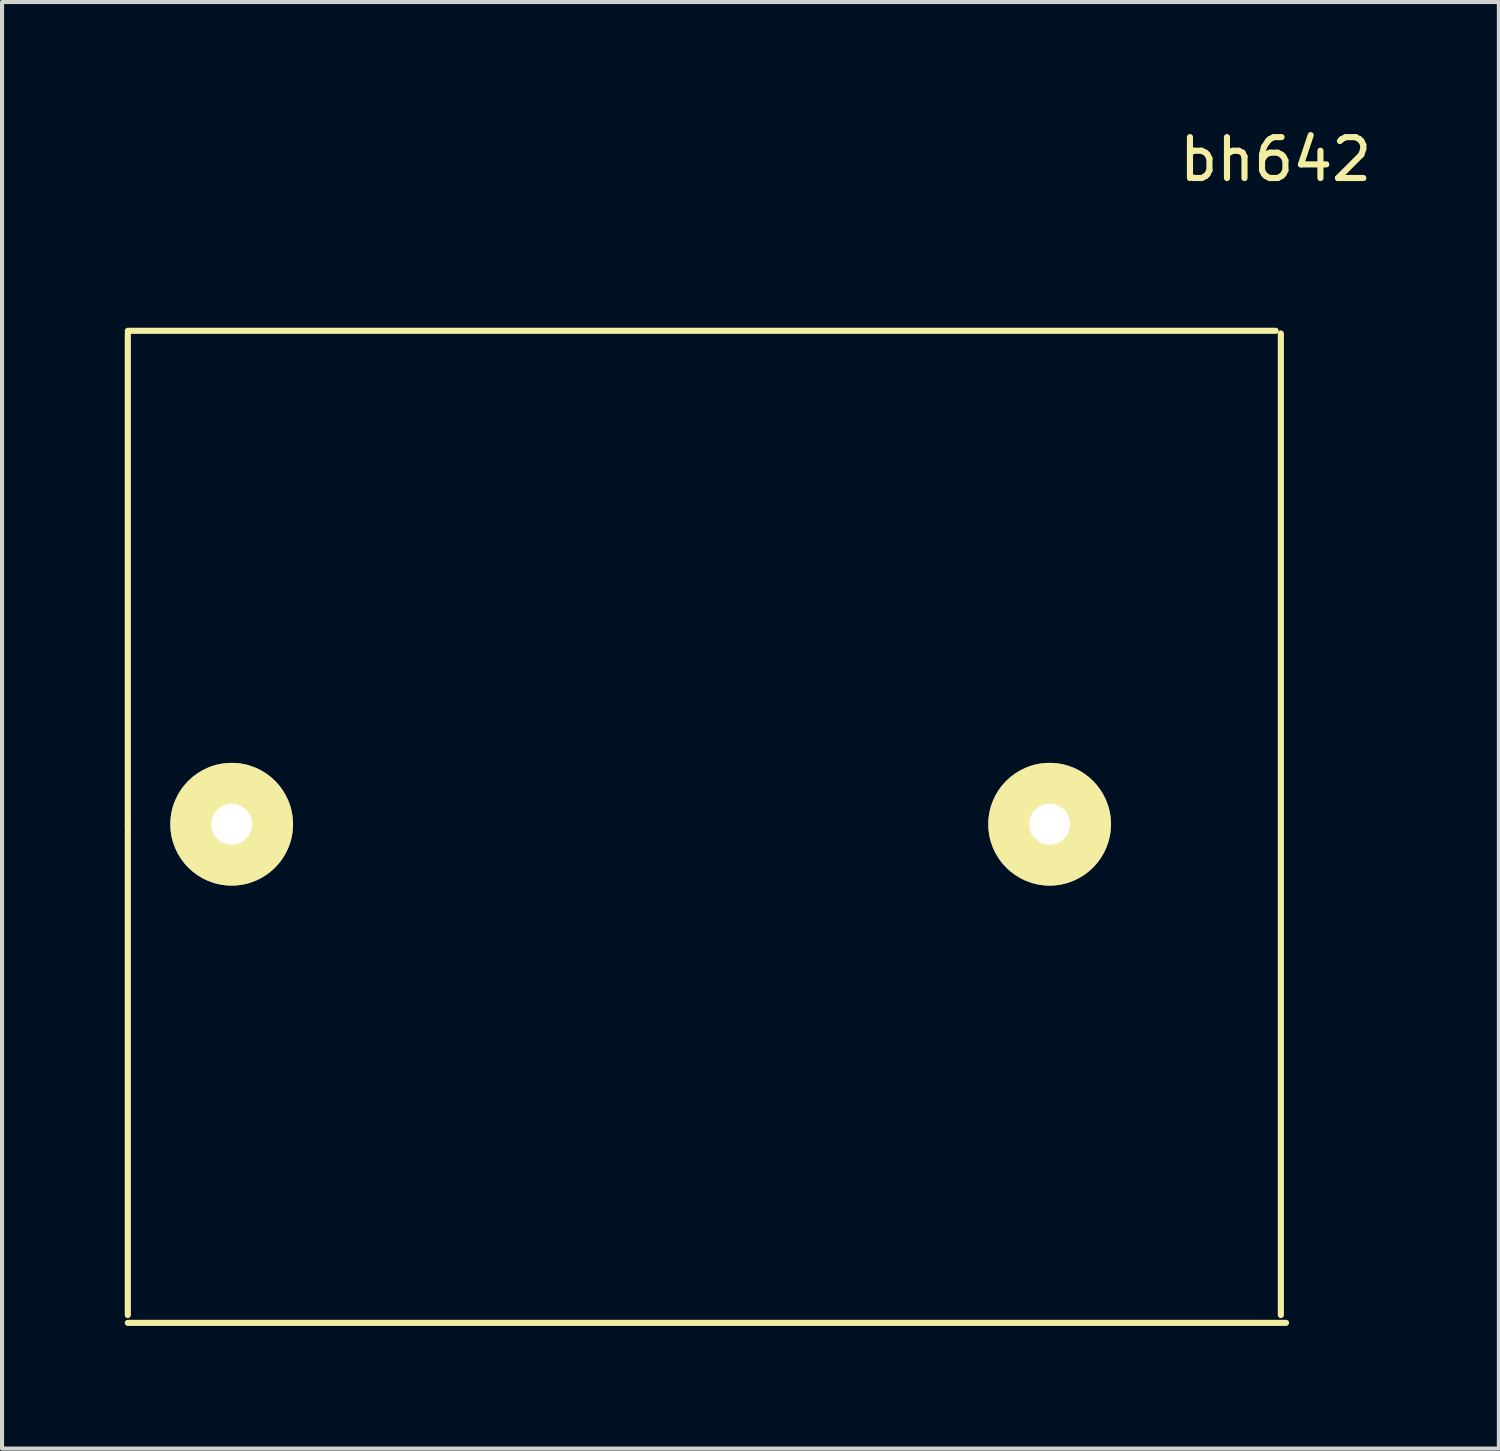
<source format=kicad_pcb>
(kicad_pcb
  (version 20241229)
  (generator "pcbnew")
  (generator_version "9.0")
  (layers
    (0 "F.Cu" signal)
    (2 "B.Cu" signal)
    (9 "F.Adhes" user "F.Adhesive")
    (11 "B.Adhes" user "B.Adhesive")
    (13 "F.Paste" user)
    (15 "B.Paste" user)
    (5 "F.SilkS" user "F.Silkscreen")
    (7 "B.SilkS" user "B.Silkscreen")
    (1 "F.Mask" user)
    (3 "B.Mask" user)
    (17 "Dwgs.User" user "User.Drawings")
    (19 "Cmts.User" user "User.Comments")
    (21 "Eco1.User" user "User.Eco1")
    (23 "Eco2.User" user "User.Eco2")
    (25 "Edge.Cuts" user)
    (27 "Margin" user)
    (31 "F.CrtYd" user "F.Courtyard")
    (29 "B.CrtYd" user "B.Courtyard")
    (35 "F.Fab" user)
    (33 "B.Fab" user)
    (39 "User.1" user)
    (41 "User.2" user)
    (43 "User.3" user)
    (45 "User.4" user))
  (footprint "bh642"
    (layer "F.Cu")
    (at 2.615 17.104)
    (property "Reference" "bh642" (at 25.527 -16.256 0) (layer "F.SilkS") (effects (font (size 1 1) (thickness 0.15))))
    (attr through_hole)
    (fp_line (start -2.54 -12.065) (end 25.527 -12.065) (stroke (width 0.15) (type solid)) (layer "F.SilkS"))
    (fp_line (start -2.54 0) (end -2.54 -12) (stroke (width 0.15) (type solid)) (layer "F.SilkS"))
    (fp_line (start -2.54 12) (end -2.54 0) (stroke (width 0.15) (type solid)) (layer "F.SilkS"))
    (fp_line (start -2.54 12.192) (end 25.781 12.192) (stroke (width 0.15) (type solid)) (layer "F.SilkS"))
    (fp_line (start 25.654 -12) (end 25.654 12) (stroke (width 0.15) (type solid)) (layer "F.SilkS"))
    (pad "1" thru_hole circle (at 0 0) (size 3 3) (drill 1) (layers "*.Cu" "*.Mask" "F.SilkS"))
    (pad "2" thru_hole circle (at 20 0) (size 3 3) (drill 1) (layers "*.Cu" "*.Mask" "F.SilkS")))
  (gr_rect
    (start -3 -3)
    (end 33.6 32.371)
    (stroke (width 0.1) (type default))
    (fill no)
    (layer "Edge.Cuts")))
</source>
